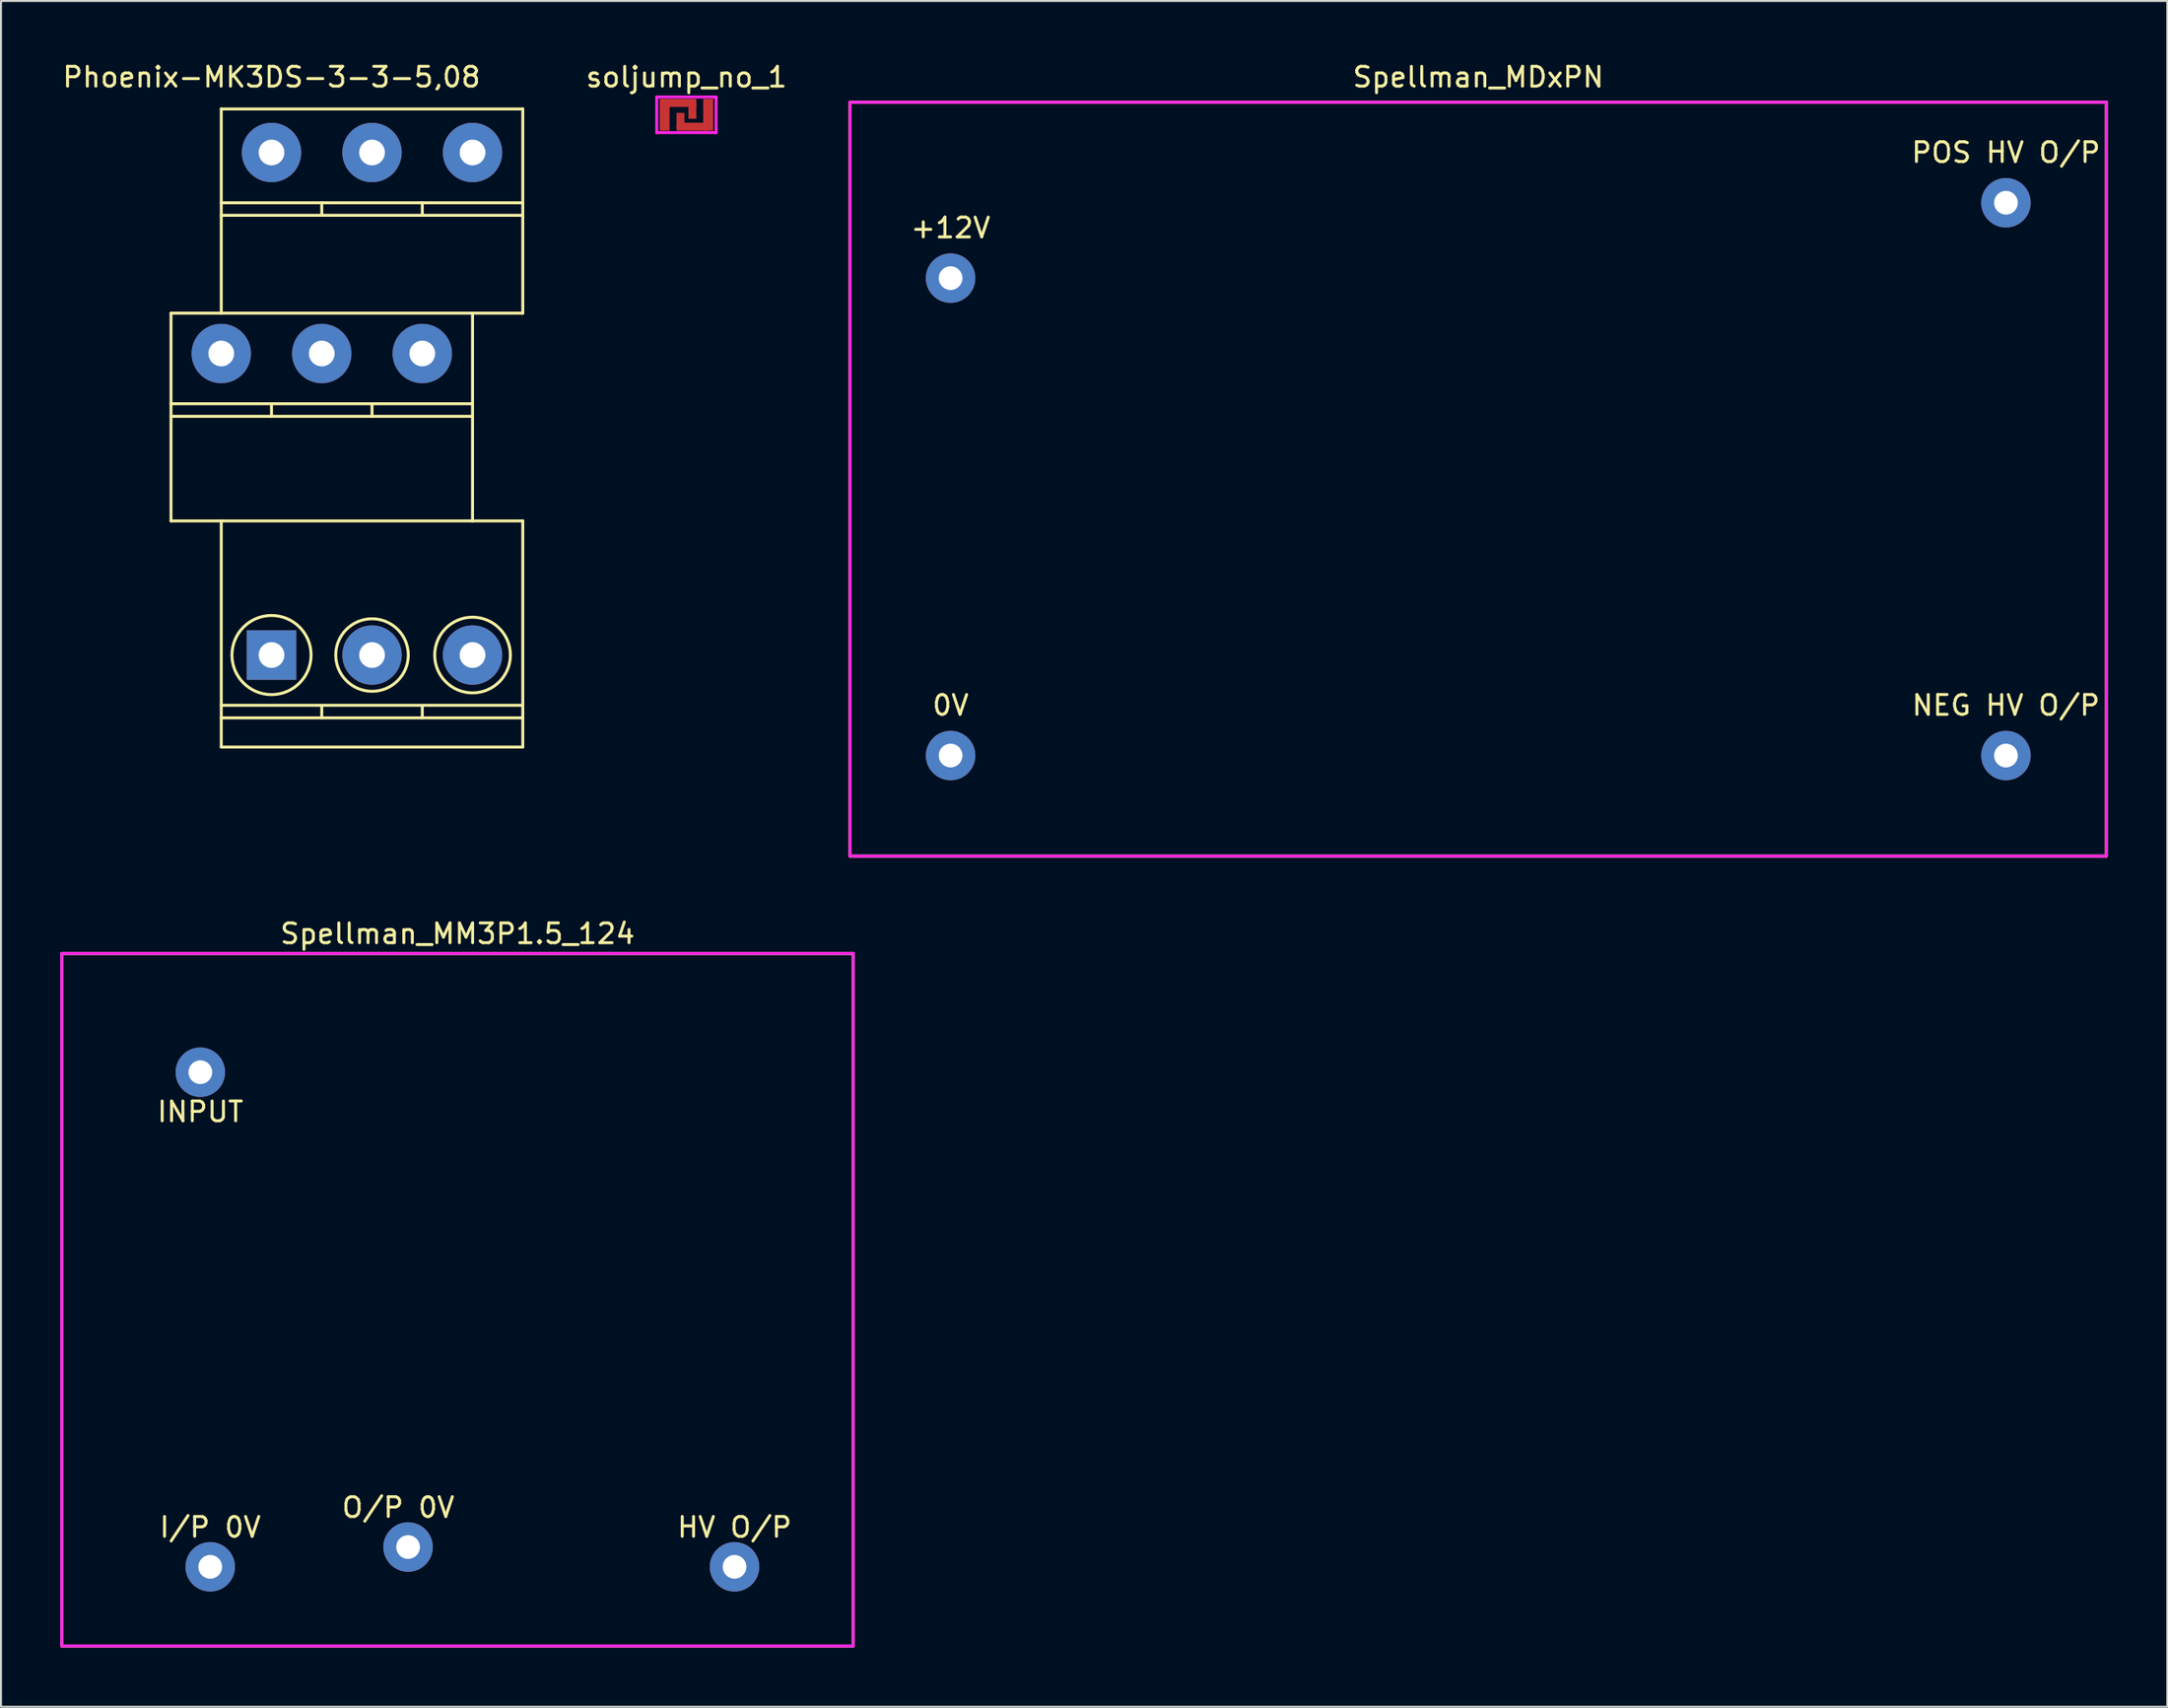
<source format=kicad_pcb>
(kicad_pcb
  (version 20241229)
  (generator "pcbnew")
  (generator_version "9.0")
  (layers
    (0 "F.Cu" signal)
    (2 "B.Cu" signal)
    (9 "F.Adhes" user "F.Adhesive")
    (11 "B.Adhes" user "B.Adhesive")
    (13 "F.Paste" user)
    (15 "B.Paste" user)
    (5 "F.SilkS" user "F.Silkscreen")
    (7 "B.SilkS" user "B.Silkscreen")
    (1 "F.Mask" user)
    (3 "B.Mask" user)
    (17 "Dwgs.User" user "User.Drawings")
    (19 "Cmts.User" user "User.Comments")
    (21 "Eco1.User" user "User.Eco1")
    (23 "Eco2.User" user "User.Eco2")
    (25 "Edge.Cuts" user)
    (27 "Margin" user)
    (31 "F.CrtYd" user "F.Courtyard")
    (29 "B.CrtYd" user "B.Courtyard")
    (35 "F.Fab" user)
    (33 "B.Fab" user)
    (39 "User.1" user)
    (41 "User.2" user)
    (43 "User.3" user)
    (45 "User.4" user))
  (footprint "Phoenix-MK3DS-3-3-5,08"
    (layer "F.Cu")
    (at 10.673 30.058)
    (property "Reference" "Phoenix-MK3DS-3-3-5,08" (at 0 -29.21 0) (layer "F.SilkS") (effects (font (size 1 1) (thickness 0.15))))
    (attr through_hole)
    (fp_line (start -5.08 -17.28) (end -2.54 -17.28) (stroke (width 0.15) (type solid)) (layer "F.SilkS"))
    (fp_line (start -5.08 -12.7) (end 10.16 -12.7) (stroke (width 0.15) (type solid)) (layer "F.SilkS"))
    (fp_line (start -5.08 -12.065) (end 10.16 -12.065) (stroke (width 0.15) (type solid)) (layer "F.SilkS"))
    (fp_line (start -5.08 -6.78) (end -5.08 -17.28) (stroke (width 0.15) (type solid)) (layer "F.SilkS"))
    (fp_line (start -2.54 -27.6) (end 12.7 -27.6) (stroke (width 0.15) (type solid)) (layer "F.SilkS"))
    (fp_line (start -2.54 -22.86) (end 12.7 -22.86) (stroke (width 0.15) (type solid)) (layer "F.SilkS"))
    (fp_line (start -2.54 -22.225) (end 12.7 -22.225) (stroke (width 0.15) (type solid)) (layer "F.SilkS"))
    (fp_line (start -2.54 -17.28) (end -2.54 -27.6) (stroke (width 0.15) (type solid)) (layer "F.SilkS"))
    (fp_line (start -2.54 -17.28) (end 10.16 -17.28) (stroke (width 0.15) (type solid)) (layer "F.SilkS"))
    (fp_line (start -2.54 -6.78) (end -5.08 -6.78) (stroke (width 0.15) (type solid)) (layer "F.SilkS"))
    (fp_line (start -2.54 -6.78) (end 10.16 -6.78) (stroke (width 0.15) (type solid)) (layer "F.SilkS"))
    (fp_line (start -2.54 2.54) (end 12.7 2.54) (stroke (width 0.15) (type solid)) (layer "F.SilkS"))
    (fp_line (start -2.54 3.175) (end 12.7 3.175) (stroke (width 0.15) (type solid)) (layer "F.SilkS"))
    (fp_line (start -2.54 4.65) (end -2.54 -6.78) (stroke (width 0.15) (type solid)) (layer "F.SilkS"))
    (fp_line (start -2.54 4.65) (end 12.7 4.65) (stroke (width 0.15) (type solid)) (layer "F.SilkS"))
    (fp_line (start 0 -12.7) (end 0 -12.065) (stroke (width 0.15) (type solid)) (layer "F.SilkS"))
    (fp_line (start 2.54 -22.86) (end 2.54 -22.225) (stroke (width 0.15) (type solid)) (layer "F.SilkS"))
    (fp_line (start 2.54 2.54) (end 2.54 3.175) (stroke (width 0.15) (type solid)) (layer "F.SilkS"))
    (fp_line (start 5.08 -12.7) (end 5.08 -12.065) (stroke (width 0.15) (type solid)) (layer "F.SilkS"))
    (fp_line (start 7.62 -22.86) (end 7.62 -22.225) (stroke (width 0.15) (type solid)) (layer "F.SilkS"))
    (fp_line (start 7.62 2.54) (end 7.62 3.175) (stroke (width 0.15) (type solid)) (layer "F.SilkS"))
    (fp_line (start 10.16 -17.28) (end 12.7 -17.28) (stroke (width 0.15) (type solid)) (layer "F.SilkS"))
    (fp_line (start 10.16 -6.78) (end 10.16 -17.28) (stroke (width 0.15) (type solid)) (layer "F.SilkS"))
    (fp_line (start 12.7 -17.28) (end 12.7 -27.6) (stroke (width 0.15) (type solid)) (layer "F.SilkS"))
    (fp_line (start 12.7 -6.78) (end 10.16 -6.78) (stroke (width 0.15) (type solid)) (layer "F.SilkS"))
    (fp_line (start 12.7 4.65) (end 12.7 -6.78) (stroke (width 0.15) (type solid)) (layer "F.SilkS"))
    (fp_circle (center 0 0) (end 2 0) (stroke (width 0.15) (type solid)) (fill no) (layer "F.SilkS"))
    (fp_circle (center 5.08 0) (end 3.25 0.1) (stroke (width 0.15) (type solid)) (fill no) (layer "F.SilkS"))
    (fp_circle (center 10.16 0) (end 8.25 0.1) (stroke (width 0.15) (type solid)) (fill no) (layer "F.SilkS"))
    (pad "1a" thru_hole rect (at 0 0) (size 2.5 2.5) (drill 1.3) (layers "*.Cu" "*.Mask"))
    (pad "1b" thru_hole circle (at -2.54 -15.24) (size 3 3) (drill 1.3) (layers "*.Cu" "*.Mask"))
    (pad "1c" thru_hole circle (at 0 -25.4) (size 3 3) (drill 1.3) (layers "*.Cu" "*.Mask"))
    (pad "2a" thru_hole circle (at 5.08 0) (size 3 3) (drill 1.3) (layers "*.Cu" "*.Mask"))
    (pad "2b" thru_hole circle (at 2.54 -15.24) (size 3 3) (drill 1.3) (layers "*.Cu" "*.Mask"))
    (pad "2c" thru_hole circle (at 5.08 -25.4) (size 3 3) (drill 1.3) (layers "*.Cu" "*.Mask"))
    (pad "3a" thru_hole circle (at 10.16 0) (size 3 3) (drill 1.3) (layers "*.Cu" "*.Mask"))
    (pad "3b" thru_hole circle (at 7.62 -15.24) (size 3 3) (drill 1.3) (layers "*.Cu" "*.Mask"))
    (pad "3c" thru_hole circle (at 10.16 -25.4) (size 3 3) (drill 1.3) (layers "*.Cu" "*.Mask")))
  (footprint "Spellman_MDxPN"
    (layer "F.Cu")
    (at 71.665 21.168)
    (property "Reference" "Spellman_MDxPN" (at 0 -20.32 0) (layer "F.SilkS") (effects (font (size 1 1) (thickness 0.15))))
    (attr through_hole)
    (fp_line (start -31.75 -19.05) (end -31.75 19.05) (stroke (width 0.15) (type solid)) (layer "F.SilkS"))
    (fp_line (start -31.75 19.05) (end 31.75 19.05) (stroke (width 0.15) (type solid)) (layer "F.SilkS"))
    (fp_line (start 31.75 -19.05) (end -31.75 -19.05) (stroke (width 0.15) (type solid)) (layer "F.SilkS"))
    (fp_line (start 31.75 19.05) (end 31.75 -19.05) (stroke (width 0.15) (type solid)) (layer "F.SilkS"))
    (fp_line (start -31.75 -19.05) (end 31.75 -19.05) (stroke (width 0.15) (type solid)) (layer "F.CrtYd"))
    (fp_line (start -31.75 19.05) (end -31.75 -19.05) (stroke (width 0.15) (type solid)) (layer "F.CrtYd"))
    (fp_line (start 31.75 -19.05) (end 31.75 19.05) (stroke (width 0.15) (type solid)) (layer "F.CrtYd"))
    (fp_line (start 31.75 19.05) (end -31.75 19.05) (stroke (width 0.15) (type solid)) (layer "F.CrtYd"))
    (fp_text user "+12V" (at -26.67 -12.7 0) (layer "F.SilkS") (effects (font (size 1 1) (thickness 0.15))))
    (fp_text user "0V" (at -26.67 11.43 0) (layer "F.SilkS") (effects (font (size 1 1) (thickness 0.15))))
    (fp_text user "POS HV O/P" (at 26.67 -16.51 0) (layer "F.SilkS") (effects (font (size 1 1) (thickness 0.15))))
    (fp_text user "NEG HV O/P" (at 26.67 11.43 0) (layer "F.SilkS") (effects (font (size 1 1) (thickness 0.15))))
    (pad "1" thru_hole circle (at -26.67 -10.16) (size 2.5 2.5) (drill 1.2) (layers "*.Cu" "*.Mask"))
    (pad "2" thru_hole circle (at -26.67 13.97) (size 2.5 2.5) (drill 1.2) (layers "*.Cu" "*.Mask"))
    (pad "3" thru_hole circle (at 26.67 -13.97) (size 2.5 2.5) (drill 1.2) (layers "*.Cu" "*.Mask"))
    (pad "4" thru_hole circle (at 26.67 13.97) (size 2.5 2.5) (drill 1.2) (layers "*.Cu" "*.Mask")))
  (footprint "soljump_no_1"
    (layer "F.Cu")
    (at 31.644 2.753)
    (property "Reference" "soljump_no_1" (at 0 -1.905 0) (layer "F.SilkS") (effects (font (size 1 1) (thickness 0.15))))
    (attr through_hole)
    (fp_line (start -1.2 -0.7) (end -1.2 0.7) (stroke (width 0.25) (type solid)) (layer "F.Mask"))
    (fp_line (start -1.2 -0.7) (end 1.2 -0.7) (stroke (width 0.25) (type solid)) (layer "F.Mask"))
    (fp_line (start -1.2 -0.5) (end 1.2 -0.5) (stroke (width 0.25) (type solid)) (layer "F.Mask"))
    (fp_line (start -1.2 -0.3) (end 1.2 -0.3) (stroke (width 0.25) (type solid)) (layer "F.Mask"))
    (fp_line (start -1.2 -0.1) (end 1.2 -0.1) (stroke (width 0.25) (type solid)) (layer "F.Mask"))
    (fp_line (start -1.2 0.1) (end 1.2 0.1) (stroke (width 0.25) (type solid)) (layer "F.Mask"))
    (fp_line (start -1.2 0.3) (end 1.2 0.3) (stroke (width 0.25) (type solid)) (layer "F.Mask"))
    (fp_line (start -1.2 0.5) (end 1.2 0.5) (stroke (width 0.25) (type solid)) (layer "F.Mask"))
    (fp_line (start -1.2 0.7) (end 1.2 0.7) (stroke (width 0.25) (type solid)) (layer "F.Mask"))
    (fp_line (start 1.2 -0.7) (end 1.2 0.7) (stroke (width 0.25) (type solid)) (layer "F.Mask"))
    (fp_line (start -1.5 -0.9) (end -1.4 -0.9) (stroke (width 0.15) (type solid)) (layer "F.CrtYd"))
    (fp_line (start -1.5 0.9) (end -1.5 -0.9) (stroke (width 0.15) (type solid)) (layer "F.CrtYd"))
    (fp_line (start -1.4 -0.9) (end 1.4 -0.9) (stroke (width 0.15) (type solid)) (layer "F.CrtYd"))
    (fp_line (start 1.4 -0.9) (end 1.5 -0.9) (stroke (width 0.15) (type solid)) (layer "F.CrtYd"))
    (fp_line (start 1.5 -0.9) (end 1.5 0.9) (stroke (width 0.15) (type solid)) (layer "F.CrtYd"))
    (fp_line (start 1.5 0.9) (end -1.5 0.9) (stroke (width 0.15) (type solid)) (layer "F.CrtYd"))
    (pad "1" smd rect (at -1.1 0) (size 0.5 1.6) (layers "F.Cu" "F.Mask" "F.Paste"))
    (pad "1" smd rect (at -0.3 -0.6) (size 1.6 0.4) (layers "F.Cu" "F.Mask" "F.Paste"))
    (pad "1" smd rect (at 0.3 -0.2) (size 0.4 0.8) (layers "F.Cu" "F.Mask" "F.Paste"))
    (pad "2" smd rect (at -0.3 0.3) (size 0.4 0.8) (layers "F.Cu" "F.Mask" "F.Paste"))
    (pad "2" smd rect (at 0.3 0.6) (size 1.6 0.4) (layers "F.Cu" "F.Mask" "F.Paste"))
    (pad "2" smd rect (at 1.1 0) (size 0.5 1.6) (layers "F.Cu" "F.Mask" "F.Paste")))
  (footprint "Spellman_MM3P1.5_124"
    (layer "F.Cu")
    (at 20.075 62.642)
    (property "Reference" "Spellman_MM3P1.5_124" (at 0 -18.5 0) (layer "F.SilkS") (effects (font (size 1 1) (thickness 0.15))))
    (attr through_hole)
    (fp_line (start -20 -17.5) (end -20 17.5) (stroke (width 0.15) (type solid)) (layer "F.SilkS"))
    (fp_line (start -20 17.5) (end 20 17.5) (stroke (width 0.15) (type solid)) (layer "F.SilkS"))
    (fp_line (start 20 -17.5) (end -20 -17.5) (stroke (width 0.15) (type solid)) (layer "F.SilkS"))
    (fp_line (start 20 17.5) (end 20 -17.5) (stroke (width 0.15) (type solid)) (layer "F.SilkS"))
    (fp_line (start -20 -17.5) (end 20 -17.5) (stroke (width 0.15) (type solid)) (layer "F.CrtYd"))
    (fp_line (start -20 17.5) (end -20 -17.5) (stroke (width 0.15) (type solid)) (layer "F.CrtYd"))
    (fp_line (start 20 -17.5) (end 20 17.5) (stroke (width 0.15) (type solid)) (layer "F.CrtYd"))
    (fp_line (start 20 17.5) (end -20 17.5) (stroke (width 0.15) (type solid)) (layer "F.CrtYd"))
    (fp_text user "O/P 0V" (at -3 10.5 0) (layer "F.SilkS") (effects (font (size 1 1) (thickness 0.15))))
    (fp_text user "HV O/P" (at 14 11.5 0) (layer "F.SilkS") (effects (font (size 1 1) (thickness 0.15))))
    (fp_text user "INPUT" (at -13 -9.5 0) (layer "F.SilkS") (effects (font (size 1 1) (thickness 0.15))))
    (fp_text user "I/P 0V" (at -12.5 11.5 0) (layer "F.SilkS") (effects (font (size 1 1) (thickness 0.15))))
    (pad "1" thru_hole circle (at -13 -11.5) (size 2.5 2.5) (drill 1.2) (layers "*.Cu" "*.Mask"))
    (pad "2" thru_hole circle (at -12.5 13.5) (size 2.5 2.5) (drill 1.2) (layers "*.Cu" "*.Mask"))
    (pad "3" thru_hole circle (at 14 13.5) (size 2.5 2.5) (drill 1.2) (layers "*.Cu" "*.Mask"))
    (pad "4" thru_hole circle (at -2.5 12.5) (size 2.5 2.5) (drill 1.2) (layers "*.Cu" "*.Mask")))
  (gr_rect
    (start -3 -3)
    (end 106.49 83.216)
    (stroke (width 0.1) (type default))
    (fill no)
    (layer "Edge.Cuts")))
</source>
